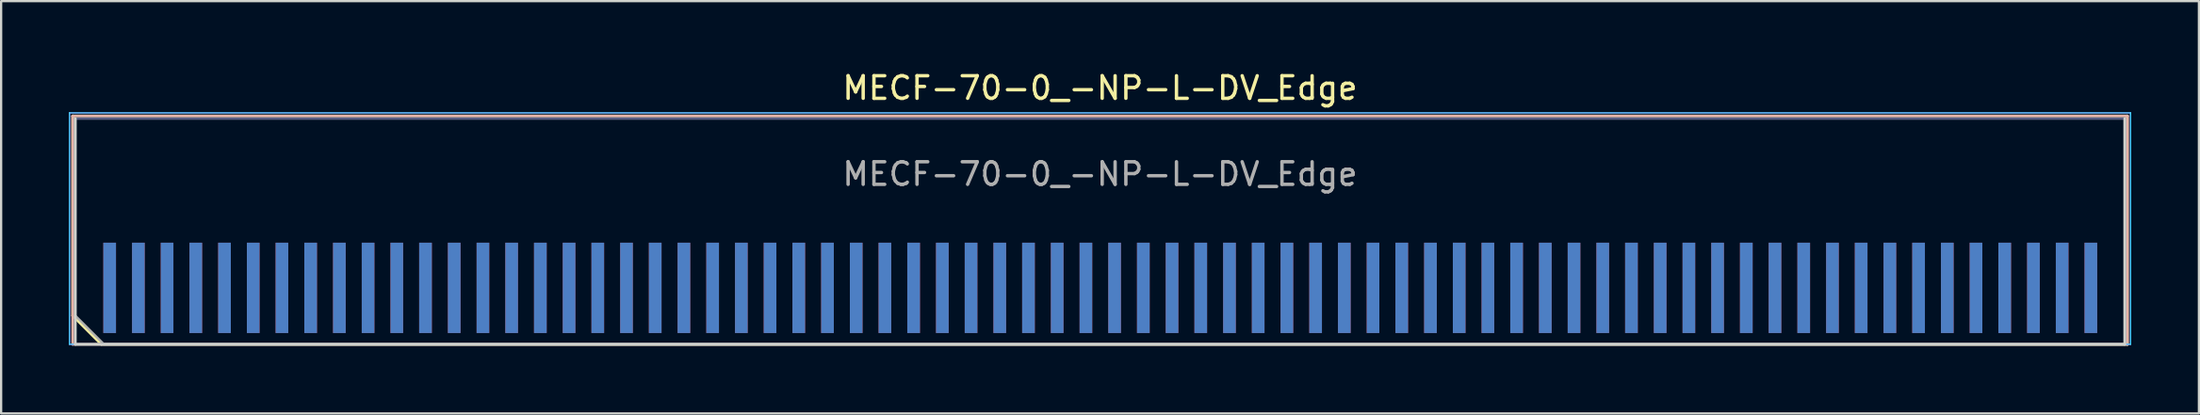
<source format=kicad_pcb>
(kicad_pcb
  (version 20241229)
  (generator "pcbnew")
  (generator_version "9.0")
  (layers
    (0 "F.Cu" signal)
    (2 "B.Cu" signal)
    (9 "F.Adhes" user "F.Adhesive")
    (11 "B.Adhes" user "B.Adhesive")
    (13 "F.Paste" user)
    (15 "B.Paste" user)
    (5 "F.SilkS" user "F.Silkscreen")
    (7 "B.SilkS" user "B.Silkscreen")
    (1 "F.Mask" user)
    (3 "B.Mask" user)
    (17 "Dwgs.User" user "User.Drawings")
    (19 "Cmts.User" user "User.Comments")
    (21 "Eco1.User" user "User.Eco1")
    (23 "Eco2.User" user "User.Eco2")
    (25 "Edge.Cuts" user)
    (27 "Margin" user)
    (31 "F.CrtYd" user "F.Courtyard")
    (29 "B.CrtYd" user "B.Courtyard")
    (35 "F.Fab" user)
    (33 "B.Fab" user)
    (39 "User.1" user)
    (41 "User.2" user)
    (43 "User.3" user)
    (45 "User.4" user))
  (footprint "MECF-70-0_-NP-L-DV_Edge"
    (layer "F.Cu")
    (at 45.605 7.198)
    (property "Reference" "MECF-70-0_-NP-L-DV_Edge" (at 0 -6.35 0) (layer "F.SilkS") (effects (font (size 1 1) (thickness 0.15))))
    (attr exclude_from_pos_files exclude_from_bom)
    (fp_line (start -45.44 -5.11) (end 45.44 -5.11) (stroke (width 0.12) (type solid)) (layer "F.SilkS"))
    (fp_line (start -45.44 3.73) (end -45.44 -5.11) (stroke (width 0.12) (type solid)) (layer "F.SilkS"))
    (fp_line (start -44.17 5) (end -45.44 3.73) (stroke (width 0.12) (type solid)) (layer "F.SilkS"))
    (fp_line (start -44.17 5) (end 45.44 5) (stroke (width 0.12) (type solid)) (layer "F.SilkS"))
    (fp_line (start 45.44 5) (end 45.44 -5.11) (stroke (width 0.12) (type solid)) (layer "F.SilkS"))
    (fp_line (start -45.44 -5.11) (end 45.44 -5.11) (stroke (width 0.12) (type solid)) (layer "B.SilkS"))
    (fp_line (start -45.44 5) (end -45.44 -5.11) (stroke (width 0.12) (type solid)) (layer "B.SilkS"))
    (fp_line (start -45.44 5) (end 45.44 5) (stroke (width 0.12) (type solid)) (layer "B.SilkS"))
    (fp_line (start 45.44 5) (end 45.44 -5.11) (stroke (width 0.12) (type solid)) (layer "B.SilkS"))
    (fp_line (start -45.325 5) (end -45.325 -5) (stroke (width 0.12) (type solid)) (layer "Edge.Cuts"))
    (fp_line (start -45.325 5) (end 45.325 5) (stroke (width 0.12) (type solid)) (layer "Edge.Cuts"))
    (fp_line (start 45.325 5) (end 45.325 -5) (stroke (width 0.12) (type solid)) (layer "Edge.Cuts"))
    (fp_line (start -45.58 -5.25) (end -45.58 5) (stroke (width 0.05) (type solid)) (layer "B.CrtYd"))
    (fp_line (start -45.58 5) (end 45.58 5) (stroke (width 0.05) (type solid)) (layer "B.CrtYd"))
    (fp_line (start 45.58 -5.25) (end -45.58 -5.25) (stroke (width 0.05) (type solid)) (layer "B.CrtYd"))
    (fp_line (start 45.58 5) (end 45.58 -5.25) (stroke (width 0.05) (type solid)) (layer "B.CrtYd"))
    (fp_line (start -45.58 -5.25) (end -45.58 5) (stroke (width 0.05) (type solid)) (layer "F.CrtYd"))
    (fp_line (start -45.58 5) (end 45.58 5) (stroke (width 0.05) (type solid)) (layer "F.CrtYd"))
    (fp_line (start 45.58 -5.25) (end -45.58 -5.25) (stroke (width 0.05) (type solid)) (layer "F.CrtYd"))
    (fp_line (start 45.58 5) (end 45.58 -5.25) (stroke (width 0.05) (type solid)) (layer "F.CrtYd"))
    (fp_line (start -45.325 -5) (end 45.325 -5) (stroke (width 0.1) (type solid)) (layer "B.Fab"))
    (fp_line (start -45.325 5) (end -45.325 -5) (stroke (width 0.1) (type solid)) (layer "B.Fab"))
    (fp_line (start -45.325 5) (end 45.325 5) (stroke (width 0.1) (type solid)) (layer "B.Fab"))
    (fp_line (start 45.325 5) (end 45.325 -5) (stroke (width 0.1) (type solid)) (layer "B.Fab"))
    (fp_line (start -45.325 -5) (end 45.325 -5) (stroke (width 0.1) (type solid)) (layer "F.Fab"))
    (fp_line (start -45.325 3.73) (end -45.325 -5) (stroke (width 0.1) (type solid)) (layer "F.Fab"))
    (fp_line (start -45.325 3.73) (end -44.055 5) (stroke (width 0.1) (type solid)) (layer "F.Fab"))
    (fp_line (start -44.055 5) (end 45.325 5) (stroke (width 0.1) (type solid)) (layer "F.Fab"))
    (fp_line (start 45.325 5) (end 45.325 -5) (stroke (width 0.1) (type solid)) (layer "F.Fab"))
    (fp_text user "${REFERENCE}" (at 0 -2.54 0) (layer "F.Fab") (effects (font (size 1 1) (thickness 0.15))))
    (pad "1" smd rect (at -43.805 2.5) (size 0.56 4) (layers "F.Cu" "F.Mask" "F.Paste"))
    (pad "2" smd rect (at -43.805 2.5) (size 0.56 4) (layers "B.Cu" "B.Mask" "B.Paste"))
    (pad "3" smd rect (at -42.535 2.5) (size 0.56 4) (layers "F.Cu" "F.Mask" "F.Paste"))
    (pad "4" smd rect (at -42.535 2.5) (size 0.56 4) (layers "B.Cu" "B.Mask" "B.Paste"))
    (pad "5" smd rect (at -41.265 2.5) (size 0.56 4) (layers "F.Cu" "F.Mask" "F.Paste"))
    (pad "6" smd rect (at -41.265 2.5) (size 0.56 4) (layers "B.Cu" "B.Mask" "B.Paste"))
    (pad "7" smd rect (at -39.995 2.5) (size 0.56 4) (layers "F.Cu" "F.Mask" "F.Paste"))
    (pad "8" smd rect (at -39.995 2.5) (size 0.56 4) (layers "B.Cu" "B.Mask" "B.Paste"))
    (pad "9" smd rect (at -38.725 2.5) (size 0.56 4) (layers "F.Cu" "F.Mask" "F.Paste"))
    (pad "10" smd rect (at -38.725 2.5) (size 0.56 4) (layers "B.Cu" "B.Mask" "B.Paste"))
    (pad "11" smd rect (at -37.455 2.5) (size 0.56 4) (layers "F.Cu" "F.Mask" "F.Paste"))
    (pad "12" smd rect (at -37.455 2.5) (size 0.56 4) (layers "B.Cu" "B.Mask" "B.Paste"))
    (pad "13" smd rect (at -36.185 2.5) (size 0.56 4) (layers "F.Cu" "F.Mask" "F.Paste"))
    (pad "14" smd rect (at -36.185 2.5) (size 0.56 4) (layers "B.Cu" "B.Mask" "B.Paste"))
    (pad "15" smd rect (at -34.915 2.5) (size 0.56 4) (layers "F.Cu" "F.Mask" "F.Paste"))
    (pad "16" smd rect (at -34.915 2.5) (size 0.56 4) (layers "B.Cu" "B.Mask" "B.Paste"))
    (pad "17" smd rect (at -33.645 2.5) (size 0.56 4) (layers "F.Cu" "F.Mask" "F.Paste"))
    (pad "18" smd rect (at -33.645 2.5) (size 0.56 4) (layers "B.Cu" "B.Mask" "B.Paste"))
    (pad "19" smd rect (at -32.375 2.5) (size 0.56 4) (layers "F.Cu" "F.Mask" "F.Paste"))
    (pad "20" smd rect (at -32.375 2.5) (size 0.56 4) (layers "B.Cu" "B.Mask" "B.Paste"))
    (pad "21" smd rect (at -31.105 2.5) (size 0.56 4) (layers "F.Cu" "F.Mask" "F.Paste"))
    (pad "22" smd rect (at -31.105 2.5) (size 0.56 4) (layers "B.Cu" "B.Mask" "B.Paste"))
    (pad "23" smd rect (at -29.835 2.5) (size 0.56 4) (layers "F.Cu" "F.Mask" "F.Paste"))
    (pad "24" smd rect (at -29.835 2.5) (size 0.56 4) (layers "B.Cu" "B.Mask" "B.Paste"))
    (pad "25" smd rect (at -28.565 2.5) (size 0.56 4) (layers "F.Cu" "F.Mask" "F.Paste"))
    (pad "26" smd rect (at -28.565 2.5) (size 0.56 4) (layers "B.Cu" "B.Mask" "B.Paste"))
    (pad "27" smd rect (at -27.295 2.5) (size 0.56 4) (layers "F.Cu" "F.Mask" "F.Paste"))
    (pad "28" smd rect (at -27.295 2.5) (size 0.56 4) (layers "B.Cu" "B.Mask" "B.Paste"))
    (pad "29" smd rect (at -26.025 2.5) (size 0.56 4) (layers "F.Cu" "F.Mask" "F.Paste"))
    (pad "30" smd rect (at -26.025 2.5) (size 0.56 4) (layers "B.Cu" "B.Mask" "B.Paste"))
    (pad "31" smd rect (at -24.755 2.5) (size 0.56 4) (layers "F.Cu" "F.Mask" "F.Paste"))
    (pad "32" smd rect (at -24.755 2.5) (size 0.56 4) (layers "B.Cu" "B.Mask" "B.Paste"))
    (pad "33" smd rect (at -23.485 2.5) (size 0.56 4) (layers "F.Cu" "F.Mask" "F.Paste"))
    (pad "34" smd rect (at -23.485 2.5) (size 0.56 4) (layers "B.Cu" "B.Mask" "B.Paste"))
    (pad "35" smd rect (at -22.215 2.5) (size 0.56 4) (layers "F.Cu" "F.Mask" "F.Paste"))
    (pad "36" smd rect (at -22.215 2.5) (size 0.56 4) (layers "B.Cu" "B.Mask" "B.Paste"))
    (pad "37" smd rect (at -20.945 2.5) (size 0.56 4) (layers "F.Cu" "F.Mask" "F.Paste"))
    (pad "38" smd rect (at -20.945 2.5) (size 0.56 4) (layers "B.Cu" "B.Mask" "B.Paste"))
    (pad "39" smd rect (at -19.675 2.5) (size 0.56 4) (layers "F.Cu" "F.Mask" "F.Paste"))
    (pad "40" smd rect (at -19.675 2.5) (size 0.56 4) (layers "B.Cu" "B.Mask" "B.Paste"))
    (pad "41" smd rect (at -18.405 2.5) (size 0.56 4) (layers "F.Cu" "F.Mask" "F.Paste"))
    (pad "42" smd rect (at -18.405 2.5) (size 0.56 4) (layers "B.Cu" "B.Mask" "B.Paste"))
    (pad "43" smd rect (at -17.135 2.5) (size 0.56 4) (layers "F.Cu" "F.Mask" "F.Paste"))
    (pad "44" smd rect (at -17.135 2.5) (size 0.56 4) (layers "B.Cu" "B.Mask" "B.Paste"))
    (pad "45" smd rect (at -15.865 2.5) (size 0.56 4) (layers "F.Cu" "F.Mask" "F.Paste"))
    (pad "46" smd rect (at -15.865 2.5) (size 0.56 4) (layers "B.Cu" "B.Mask" "B.Paste"))
    (pad "47" smd rect (at -14.595 2.5) (size 0.56 4) (layers "F.Cu" "F.Mask" "F.Paste"))
    (pad "48" smd rect (at -14.595 2.5) (size 0.56 4) (layers "B.Cu" "B.Mask" "B.Paste"))
    (pad "49" smd rect (at -13.325 2.5) (size 0.56 4) (layers "F.Cu" "F.Mask" "F.Paste"))
    (pad "50" smd rect (at -13.325 2.5) (size 0.56 4) (layers "B.Cu" "B.Mask" "B.Paste"))
    (pad "51" smd rect (at -12.055 2.5) (size 0.56 4) (layers "F.Cu" "F.Mask" "F.Paste"))
    (pad "52" smd rect (at -12.055 2.5) (size 0.56 4) (layers "B.Cu" "B.Mask" "B.Paste"))
    (pad "53" smd rect (at -10.785 2.5) (size 0.56 4) (layers "F.Cu" "F.Mask" "F.Paste"))
    (pad "54" smd rect (at -10.785 2.5) (size 0.56 4) (layers "B.Cu" "B.Mask" "B.Paste"))
    (pad "55" smd rect (at -9.515 2.5) (size 0.56 4) (layers "F.Cu" "F.Mask" "F.Paste"))
    (pad "56" smd rect (at -9.515 2.5) (size 0.56 4) (layers "B.Cu" "B.Mask" "B.Paste"))
    (pad "57" smd rect (at -8.245 2.5) (size 0.56 4) (layers "F.Cu" "F.Mask" "F.Paste"))
    (pad "58" smd rect (at -8.245 2.5) (size 0.56 4) (layers "B.Cu" "B.Mask" "B.Paste"))
    (pad "59" smd rect (at -6.975 2.5) (size 0.56 4) (layers "F.Cu" "F.Mask" "F.Paste"))
    (pad "60" smd rect (at -6.975 2.5) (size 0.56 4) (layers "B.Cu" "B.Mask" "B.Paste"))
    (pad "61" smd rect (at -5.705 2.5) (size 0.56 4) (layers "F.Cu" "F.Mask" "F.Paste"))
    (pad "62" smd rect (at -5.705 2.5) (size 0.56 4) (layers "B.Cu" "B.Mask" "B.Paste"))
    (pad "63" smd rect (at -4.435 2.5) (size 0.56 4) (layers "F.Cu" "F.Mask" "F.Paste"))
    (pad "64" smd rect (at -4.435 2.5) (size 0.56 4) (layers "B.Cu" "B.Mask" "B.Paste"))
    (pad "65" smd rect (at -3.165 2.5) (size 0.56 4) (layers "F.Cu" "F.Mask" "F.Paste"))
    (pad "66" smd rect (at -3.165 2.5) (size 0.56 4) (layers "B.Cu" "B.Mask" "B.Paste"))
    (pad "67" smd rect (at -1.895 2.5) (size 0.56 4) (layers "F.Cu" "F.Mask" "F.Paste"))
    (pad "68" smd rect (at -1.895 2.5) (size 0.56 4) (layers "B.Cu" "B.Mask" "B.Paste"))
    (pad "69" smd rect (at -0.625 2.5) (size 0.56 4) (layers "F.Cu" "F.Mask" "F.Paste"))
    (pad "70" smd rect (at -0.625 2.5) (size 0.56 4) (layers "B.Cu" "B.Mask" "B.Paste"))
    (pad "71" smd rect (at 0.645 2.5) (size 0.56 4) (layers "F.Cu" "F.Mask" "F.Paste"))
    (pad "72" smd rect (at 0.645 2.5) (size 0.56 4) (layers "B.Cu" "B.Mask" "B.Paste"))
    (pad "73" smd rect (at 1.915 2.5) (size 0.56 4) (layers "F.Cu" "F.Mask" "F.Paste"))
    (pad "74" smd rect (at 1.915 2.5) (size 0.56 4) (layers "B.Cu" "B.Mask" "B.Paste"))
    (pad "75" smd rect (at 3.185 2.5) (size 0.56 4) (layers "F.Cu" "F.Mask" "F.Paste"))
    (pad "76" smd rect (at 3.185 2.5) (size 0.56 4) (layers "B.Cu" "B.Mask" "B.Paste"))
    (pad "77" smd rect (at 4.455 2.5) (size 0.56 4) (layers "F.Cu" "F.Mask" "F.Paste"))
    (pad "78" smd rect (at 4.455 2.5) (size 0.56 4) (layers "B.Cu" "B.Mask" "B.Paste"))
    (pad "79" smd rect (at 5.725 2.5) (size 0.56 4) (layers "F.Cu" "F.Mask" "F.Paste"))
    (pad "80" smd rect (at 5.725 2.5) (size 0.56 4) (layers "B.Cu" "B.Mask" "B.Paste"))
    (pad "81" smd rect (at 6.995 2.5) (size 0.56 4) (layers "F.Cu" "F.Mask" "F.Paste"))
    (pad "82" smd rect (at 6.995 2.5) (size 0.56 4) (layers "B.Cu" "B.Mask" "B.Paste"))
    (pad "83" smd rect (at 8.265 2.5) (size 0.56 4) (layers "F.Cu" "F.Mask" "F.Paste"))
    (pad "84" smd rect (at 8.265 2.5) (size 0.56 4) (layers "B.Cu" "B.Mask" "B.Paste"))
    (pad "85" smd rect (at 9.535 2.5) (size 0.56 4) (layers "F.Cu" "F.Mask" "F.Paste"))
    (pad "86" smd rect (at 9.535 2.5) (size 0.56 4) (layers "B.Cu" "B.Mask" "B.Paste"))
    (pad "87" smd rect (at 10.805 2.5) (size 0.56 4) (layers "F.Cu" "F.Mask" "F.Paste"))
    (pad "88" smd rect (at 10.805 2.5) (size 0.56 4) (layers "B.Cu" "B.Mask" "B.Paste"))
    (pad "89" smd rect (at 12.075 2.5) (size 0.56 4) (layers "F.Cu" "F.Mask" "F.Paste"))
    (pad "90" smd rect (at 12.075 2.5) (size 0.56 4) (layers "B.Cu" "B.Mask" "B.Paste"))
    (pad "91" smd rect (at 13.345 2.5) (size 0.56 4) (layers "F.Cu" "F.Mask" "F.Paste"))
    (pad "92" smd rect (at 13.345 2.5) (size 0.56 4) (layers "B.Cu" "B.Mask" "B.Paste"))
    (pad "93" smd rect (at 14.615 2.5) (size 0.56 4) (layers "F.Cu" "F.Mask" "F.Paste"))
    (pad "94" smd rect (at 14.615 2.5) (size 0.56 4) (layers "B.Cu" "B.Mask" "B.Paste"))
    (pad "95" smd rect (at 15.885 2.5) (size 0.56 4) (layers "F.Cu" "F.Mask" "F.Paste"))
    (pad "96" smd rect (at 15.885 2.5) (size 0.56 4) (layers "B.Cu" "B.Mask" "B.Paste"))
    (pad "97" smd rect (at 17.155 2.5) (size 0.56 4) (layers "F.Cu" "F.Mask" "F.Paste"))
    (pad "98" smd rect (at 17.155 2.5) (size 0.56 4) (layers "B.Cu" "B.Mask" "B.Paste"))
    (pad "99" smd rect (at 18.425 2.5) (size 0.56 4) (layers "F.Cu" "F.Mask" "F.Paste"))
    (pad "100" smd rect (at 18.425 2.5) (size 0.56 4) (layers "B.Cu" "B.Mask" "B.Paste"))
    (pad "101" smd rect (at 19.695 2.5) (size 0.56 4) (layers "F.Cu" "F.Mask" "F.Paste"))
    (pad "102" smd rect (at 19.695 2.5) (size 0.56 4) (layers "B.Cu" "B.Mask" "B.Paste"))
    (pad "103" smd rect (at 20.965 2.5) (size 0.56 4) (layers "F.Cu" "F.Mask" "F.Paste"))
    (pad "104" smd rect (at 20.965 2.5) (size 0.56 4) (layers "B.Cu" "B.Mask" "B.Paste"))
    (pad "105" smd rect (at 22.235 2.5) (size 0.56 4) (layers "F.Cu" "F.Mask" "F.Paste"))
    (pad "106" smd rect (at 22.235 2.5) (size 0.56 4) (layers "B.Cu" "B.Mask" "B.Paste"))
    (pad "107" smd rect (at 23.505 2.5) (size 0.56 4) (layers "F.Cu" "F.Mask" "F.Paste"))
    (pad "108" smd rect (at 23.505 2.5) (size 0.56 4) (layers "B.Cu" "B.Mask" "B.Paste"))
    (pad "109" smd rect (at 24.775 2.5) (size 0.56 4) (layers "F.Cu" "F.Mask" "F.Paste"))
    (pad "110" smd rect (at 24.775 2.5) (size 0.56 4) (layers "B.Cu" "B.Mask" "B.Paste"))
    (pad "111" smd rect (at 26.045 2.5) (size 0.56 4) (layers "F.Cu" "F.Mask" "F.Paste"))
    (pad "112" smd rect (at 26.045 2.5) (size 0.56 4) (layers "B.Cu" "B.Mask" "B.Paste"))
    (pad "113" smd rect (at 27.315 2.5) (size 0.56 4) (layers "F.Cu" "F.Mask" "F.Paste"))
    (pad "114" smd rect (at 27.315 2.5) (size 0.56 4) (layers "B.Cu" "B.Mask" "B.Paste"))
    (pad "115" smd rect (at 28.585 2.5) (size 0.56 4) (layers "F.Cu" "F.Mask" "F.Paste"))
    (pad "116" smd rect (at 28.585 2.5) (size 0.56 4) (layers "B.Cu" "B.Mask" "B.Paste"))
    (pad "117" smd rect (at 29.855 2.5) (size 0.56 4) (layers "F.Cu" "F.Mask" "F.Paste"))
    (pad "118" smd rect (at 29.855 2.5) (size 0.56 4) (layers "B.Cu" "B.Mask" "B.Paste"))
    (pad "119" smd rect (at 31.125 2.5) (size 0.56 4) (layers "F.Cu" "F.Mask" "F.Paste"))
    (pad "120" smd rect (at 31.125 2.5) (size 0.56 4) (layers "B.Cu" "B.Mask" "B.Paste"))
    (pad "121" smd rect (at 32.395 2.5) (size 0.56 4) (layers "F.Cu" "F.Mask" "F.Paste"))
    (pad "122" smd rect (at 32.395 2.5) (size 0.56 4) (layers "B.Cu" "B.Mask" "B.Paste"))
    (pad "123" smd rect (at 33.665 2.5) (size 0.56 4) (layers "F.Cu" "F.Mask" "F.Paste"))
    (pad "124" smd rect (at 33.665 2.5) (size 0.56 4) (layers "B.Cu" "B.Mask" "B.Paste"))
    (pad "125" smd rect (at 34.935 2.5) (size 0.56 4) (layers "F.Cu" "F.Mask" "F.Paste"))
    (pad "126" smd rect (at 34.935 2.5) (size 0.56 4) (layers "B.Cu" "B.Mask" "B.Paste"))
    (pad "127" smd rect (at 36.205 2.5) (size 0.56 4) (layers "F.Cu" "F.Mask" "F.Paste"))
    (pad "128" smd rect (at 36.205 2.5) (size 0.56 4) (layers "B.Cu" "B.Mask" "B.Paste"))
    (pad "129" smd rect (at 37.475 2.5) (size 0.56 4) (layers "F.Cu" "F.Mask" "F.Paste"))
    (pad "130" smd rect (at 37.475 2.5) (size 0.56 4) (layers "B.Cu" "B.Mask" "B.Paste"))
    (pad "131" smd rect (at 38.745 2.5) (size 0.56 4) (layers "F.Cu" "F.Mask" "F.Paste"))
    (pad "132" smd rect (at 38.745 2.5) (size 0.56 4) (layers "B.Cu" "B.Mask" "B.Paste"))
    (pad "133" smd rect (at 40.015 2.5) (size 0.56 4) (layers "F.Cu" "F.Mask" "F.Paste"))
    (pad "134" smd rect (at 40.015 2.5) (size 0.56 4) (layers "B.Cu" "B.Mask" "B.Paste"))
    (pad "135" smd rect (at 41.285 2.5) (size 0.56 4) (layers "F.Cu" "F.Mask" "F.Paste"))
    (pad "136" smd rect (at 41.285 2.5) (size 0.56 4) (layers "B.Cu" "B.Mask" "B.Paste"))
    (pad "137" smd rect (at 42.555 2.5) (size 0.56 4) (layers "F.Cu" "F.Mask" "F.Paste"))
    (pad "138" smd rect (at 42.555 2.5) (size 0.56 4) (layers "B.Cu" "B.Mask" "B.Paste"))
    (pad "139" smd rect (at 43.825 2.5) (size 0.56 4) (layers "F.Cu" "F.Mask" "F.Paste"))
    (pad "140" smd rect (at 43.825 2.5) (size 0.56 4) (layers "B.Cu" "B.Mask" "B.Paste")))
  (gr_rect
    (start -3 -3)
    (end 94.21 15.258)
    (stroke (width 0.1) (type default))
    (fill no)
    (layer "Edge.Cuts")))
</source>
